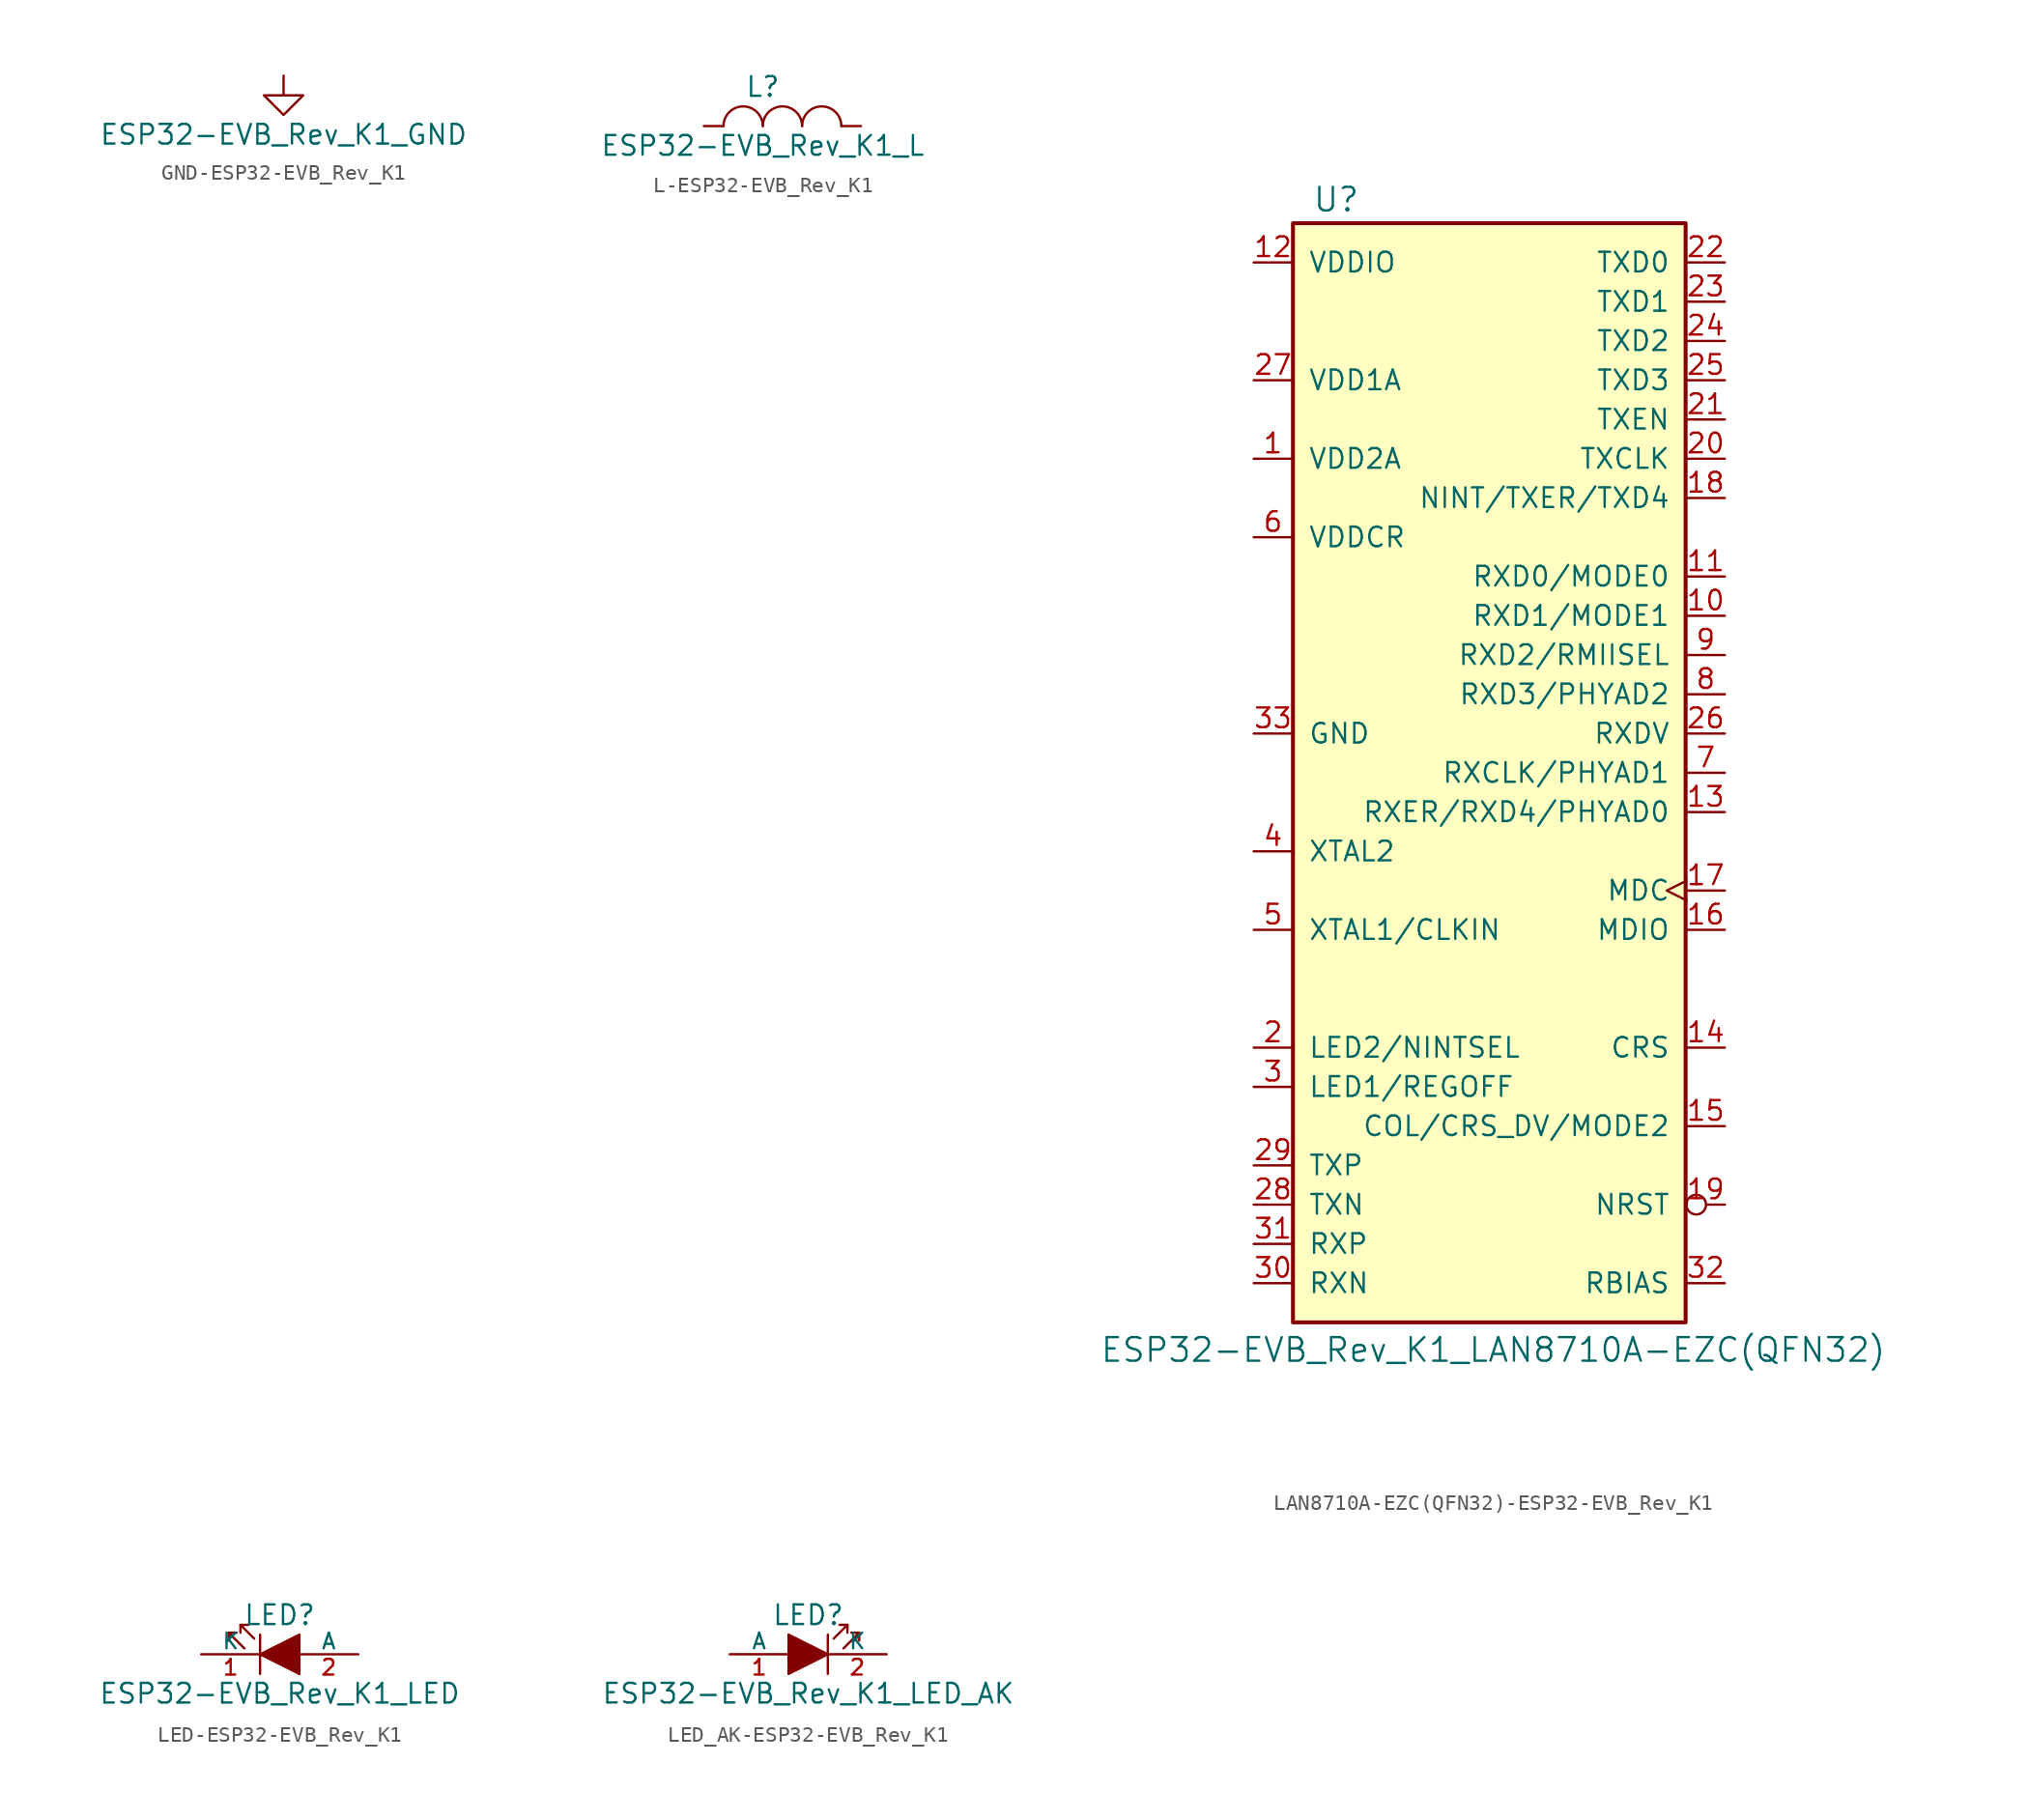
<source format=kicad_sym>
(kicad_symbol_lib
  (version 20231120)
  (generator "kicad_symbol_editor")
  (generator_version "8.0")
  (symbol "GND-ESP32-EVB_Rev_K1"
    (power)
    (pin_names
      (offset 0))
    (property "Reference" "#PWR"
      (at 0 -6.35 0)
      (effects (font (size 1.27 1.27)) (hide yes)))
    (property "Value" "ESP32-EVB_Rev_K1_GND"
      (at 0 -3.81 0)
      (effects (font (size 1.27 1.27))))
    (property "Footprint" ""
      (at 0 0 0)
      (effects (font (size 1.524 1.524))))
    (property "Datasheet" ""
      (at 0 0 0)
      (effects (font (size 1.524 1.524))))
    (symbol "GND-ESP32-EVB_Rev_K1_0_1"
      (polyline (pts (xy 0 0) (xy 0 -1.27) (xy 1.27 -1.27) (xy 0 -2.54) (xy -1.27 -1.27) (xy 0 -1.27)) (stroke (width 0) (type solid)) (fill (type none))))
    (symbol "GND-ESP32-EVB_Rev_K1_1_1"
      (pin power_in line (at 0 0 270) (length 0) hide (name "GND" (effects (font (size 1.27 1.27)))) (number "1" (effects (font (size 1.27 1.27)))))))
  (symbol "L-ESP32-EVB_Rev_K1"
    (pin_numbers hide)
    (pin_names
      (offset 0) hide)
    (property "Reference" "L"
      (at -1.27 2.54 0)
      (effects (font (size 1.27 1.27))))
    (property "Value" "ESP32-EVB_Rev_K1_L"
      (at -1.27 -1.27 0)
      (effects (font (size 1.27 1.27))))
    (property "Footprint" ""
      (at -1.27 0 0)
      (effects (font (size 1.524 1.524))))
    (property "Datasheet" ""
      (at -1.27 0 0)
      (effects (font (size 1.524 1.524))))
    (symbol "L-ESP32-EVB_Rev_K1_0_1"
      (arc (start -1.27 0) (mid -2.54 1.27) (end -3.81 0) (stroke (width 0) (type solid)) (fill (type none)))
      (arc (start 1.27 0) (mid 0 1.27) (end -1.27 0) (stroke (width 0) (type solid)) (fill (type none)))
      (arc (start 3.81 0) (mid 2.54 1.27) (end 1.27 0) (stroke (width 0) (type solid)) (fill (type none))))
    (symbol "L-ESP32-EVB_Rev_K1_1_1"
      (pin passive line (at -5.08 0 0) (length 1.27) (name "1" (effects (font (size 0.762 0.762)))) (number "1" (effects (font (size 0.762 0.762)))))
      (pin passive line (at 5.08 0 180) (length 1.27) (name "2" (effects (font (size 0.762 0.762)))) (number "2" (effects (font (size 0.762 0.762)))))))
  (symbol "LAN8710A-EZC(QFN32)-ESP32-EVB_Rev_K1"
    (pin_names
      (offset 1.016))
    (property "Reference" "U"
      (at -9.906 37.084 0)
      (effects (font (size 1.524 1.524))))
    (property "Value" "ESP32-EVB_Rev_K1_LAN8710A-EZC(QFN32)"
      (at 0.254 -37.338 0)
      (effects (font (size 1.524 1.524))))
    (symbol "LAN8710A-EZC(QFN32)-ESP32-EVB_Rev_K1_0_1"
      (rectangle (start -12.7 35.56) (end 12.7 -35.56) (stroke (width 0.254) (type solid)) (fill (type background))))
    (symbol "LAN8710A-EZC(QFN32)-ESP32-EVB_Rev_K1_1_1"
      (pin power_in line (at -15.24 20.32 0) (length 2.489) (name "VDD2A" (effects (font (size 1.27 1.27)))) (number "1" (effects (font (size 1.27 1.27)))))
      (pin bidirectional line (at 15.24 10.16 180) (length 2.489) (name "RXD1/MODE1" (effects (font (size 1.27 1.27)))) (number "10" (effects (font (size 1.27 1.27)))))
      (pin bidirectional line (at 15.24 12.7 180) (length 2.489) (name "RXD0/MODE0" (effects (font (size 1.27 1.27)))) (number "11" (effects (font (size 1.27 1.27)))))
      (pin power_in line (at -15.24 33.02 0) (length 2.489) (name "VDDIO" (effects (font (size 1.27 1.27)))) (number "12" (effects (font (size 1.27 1.27)))))
      (pin bidirectional line (at 15.24 -2.54 180) (length 2.489) (name "RXER/RXD4/PHYAD0" (effects (font (size 1.27 1.27)))) (number "13" (effects (font (size 1.27 1.27)))))
      (pin output line (at 15.24 -17.78 180) (length 2.489) (name "CRS" (effects (font (size 1.27 1.27)))) (number "14" (effects (font (size 1.27 1.27)))))
      (pin bidirectional line (at 15.24 -22.86 180) (length 2.489) (name "COL/CRS_DV/MODE2" (effects (font (size 1.27 1.27)))) (number "15" (effects (font (size 1.27 1.27)))))
      (pin bidirectional line (at 15.24 -10.16 180) (length 2.489) (name "MDIO" (effects (font (size 1.27 1.27)))) (number "16" (effects (font (size 1.27 1.27)))))
      (pin input clock (at 15.24 -7.62 180) (length 2.489) (name "MDC" (effects (font (size 1.27 1.27)))) (number "17" (effects (font (size 1.27 1.27)))))
      (pin bidirectional line (at 15.24 17.78 180) (length 2.489) (name "NINT/TXER/TXD4" (effects (font (size 1.27 1.27)))) (number "18" (effects (font (size 1.27 1.27)))))
      (pin input inverted (at 15.24 -27.94 180) (length 2.489) (name "NRST" (effects (font (size 1.27 1.27)))) (number "19" (effects (font (size 1.27 1.27)))))
      (pin bidirectional line (at -15.24 -17.78 0) (length 2.489) (name "LED2/NINTSEL" (effects (font (size 1.27 1.27)))) (number "2" (effects (font (size 1.27 1.27)))))
      (pin output line (at 15.24 20.32 180) (length 2.489) (name "TXCLK" (effects (font (size 1.27 1.27)))) (number "20" (effects (font (size 1.27 1.27)))))
      (pin input line (at 15.24 22.86 180) (length 2.489) (name "TXEN" (effects (font (size 1.27 1.27)))) (number "21" (effects (font (size 1.27 1.27)))))
      (pin input line (at 15.24 33.02 180) (length 2.489) (name "TXD0" (effects (font (size 1.27 1.27)))) (number "22" (effects (font (size 1.27 1.27)))))
      (pin input line (at 15.24 30.48 180) (length 2.489) (name "TXD1" (effects (font (size 1.27 1.27)))) (number "23" (effects (font (size 1.27 1.27)))))
      (pin input line (at 15.24 27.94 180) (length 2.489) (name "TXD2" (effects (font (size 1.27 1.27)))) (number "24" (effects (font (size 1.27 1.27)))))
      (pin input line (at 15.24 25.4 180) (length 2.489) (name "TXD3" (effects (font (size 1.27 1.27)))) (number "25" (effects (font (size 1.27 1.27)))))
      (pin output line (at 15.24 2.54 180) (length 2.489) (name "RXDV" (effects (font (size 1.27 1.27)))) (number "26" (effects (font (size 1.27 1.27)))))
      (pin power_in line (at -15.24 25.4 0) (length 2.489) (name "VDD1A" (effects (font (size 1.27 1.27)))) (number "27" (effects (font (size 1.27 1.27)))))
      (pin output line (at -15.24 -27.94 0) (length 2.489) (name "TXN" (effects (font (size 1.27 1.27)))) (number "28" (effects (font (size 1.27 1.27)))))
      (pin output line (at -15.24 -25.4 0) (length 2.489) (name "TXP" (effects (font (size 1.27 1.27)))) (number "29" (effects (font (size 1.27 1.27)))))
      (pin bidirectional line (at -15.24 -20.32 0) (length 2.489) (name "LED1/REGOFF" (effects (font (size 1.27 1.27)))) (number "3" (effects (font (size 1.27 1.27)))))
      (pin input line (at -15.24 -33.02 0) (length 2.489) (name "RXN" (effects (font (size 1.27 1.27)))) (number "30" (effects (font (size 1.27 1.27)))))
      (pin input line (at -15.24 -30.48 0) (length 2.489) (name "RXP" (effects (font (size 1.27 1.27)))) (number "31" (effects (font (size 1.27 1.27)))))
      (pin input line (at 15.24 -33.02 180) (length 2.489) (name "RBIAS" (effects (font (size 1.27 1.27)))) (number "32" (effects (font (size 1.27 1.27)))))
      (pin power_in line (at -15.24 2.54 0) (length 2.489) (name "GND" (effects (font (size 1.27 1.27)))) (number "33" (effects (font (size 1.27 1.27)))))
      (pin output line (at -15.24 -5.08 0) (length 2.489) (name "XTAL2" (effects (font (size 1.27 1.27)))) (number "4" (effects (font (size 1.27 1.27)))))
      (pin input line (at -15.24 -10.16 0) (length 2.489) (name "XTAL1/CLKIN" (effects (font (size 1.27 1.27)))) (number "5" (effects (font (size 1.27 1.27)))))
      (pin power_in line (at -15.24 15.24 0) (length 2.489) (name "VDDCR" (effects (font (size 1.27 1.27)))) (number "6" (effects (font (size 1.27 1.27)))))
      (pin bidirectional line (at 15.24 0 180) (length 2.489) (name "RXCLK/PHYAD1" (effects (font (size 1.27 1.27)))) (number "7" (effects (font (size 1.27 1.27)))))
      (pin bidirectional line (at 15.24 5.08 180) (length 2.489) (name "RXD3/PHYAD2" (effects (font (size 1.27 1.27)))) (number "8" (effects (font (size 1.27 1.27)))))
      (pin bidirectional line (at 15.24 7.62 180) (length 2.489) (name "RXD2/RMIISEL" (effects (font (size 1.27 1.27)))) (number "9" (effects (font (size 1.27 1.27)))))))
  (symbol "LED-ESP32-EVB_Rev_K1"
    (pin_names
      (offset 0))
    (property "Reference" "LED"
      (at 0 2.54 0)
      (effects (font (size 1.27 1.27))))
    (property "Value" "ESP32-EVB_Rev_K1_LED"
      (at 0 -2.54 0)
      (effects (font (size 1.27 1.27))))
    (property "Footprint" ""
      (at 0 0 0)
      (effects (font (size 1.524 1.524))))
    (property "Datasheet" ""
      (at 0 0 0)
      (effects (font (size 1.524 1.524))))
    (symbol "LED-ESP32-EVB_Rev_K1_0_1"
      (polyline (pts (xy -3.302 1.397) (xy -3.302 0.889)) (stroke (width 0) (type solid)) (fill (type none)))
      (polyline (pts (xy -2.54 1.905) (xy -2.032 1.905)) (stroke (width 0) (type solid)) (fill (type none)))
      (polyline (pts (xy -1.27 -1.27) (xy -1.27 1.27)) (stroke (width 0) (type solid)) (fill (type none)))
      (polyline (pts (xy -2.286 0.381) (xy -3.302 1.397) (xy -2.794 1.397)) (stroke (width 0) (type solid)) (fill (type none)))
      (polyline (pts (xy -1.651 1.016) (xy -2.54 1.905) (xy -2.54 1.397)) (stroke (width 0) (type solid)) (fill (type none)))
      (polyline (pts (xy 1.27 -1.27) (xy -1.27 0) (xy 1.27 1.27)) (stroke (width 0) (type solid)) (fill (type outline)))
      (rectangle (start 1.27 1.27) (end 1.27 -1.27) (stroke (width 0) (type solid)) (fill (type none))))
    (symbol "LED-ESP32-EVB_Rev_K1_1_1"
      (pin passive line (at -5.08 0 0) (length 3.81) (name "K" (effects (font (size 1.016 1.016)))) (number "1" (effects (font (size 1.016 1.016)))))
      (pin passive line (at 5.08 0 180) (length 3.81) (name "A" (effects (font (size 1.016 1.016)))) (number "2" (effects (font (size 1.016 1.016)))))))
  (symbol "LED_AK-ESP32-EVB_Rev_K1"
    (pin_names
      (offset 0))
    (property "Reference" "LED"
      (at 0 2.54 0)
      (effects (font (size 1.27 1.27))))
    (property "Value" "ESP32-EVB_Rev_K1_LED_AK"
      (at 0 -2.54 0)
      (effects (font (size 1.27 1.27))))
    (property "Footprint" ""
      (at 0 0 0)
      (effects (font (size 1.524 1.524))))
    (property "Datasheet" ""
      (at 0 0 0)
      (effects (font (size 1.524 1.524))))
    (symbol "LED_AK-ESP32-EVB_Rev_K1_0_1"
      (rectangle (start -1.27 1.27) (end -1.27 -1.27) (stroke (width 0) (type solid)) (fill (type none)))
      (polyline (pts (xy 1.27 -1.27) (xy 1.27 1.27)) (stroke (width 0) (type solid)) (fill (type none)))
      (polyline (pts (xy 2.54 1.905) (xy 2.032 1.905)) (stroke (width 0) (type solid)) (fill (type none)))
      (polyline (pts (xy 3.302 1.397) (xy 3.302 0.889)) (stroke (width 0) (type solid)) (fill (type none)))
      (polyline (pts (xy -1.27 -1.27) (xy 1.27 0) (xy -1.27 1.27)) (stroke (width 0) (type solid)) (fill (type outline)))
      (polyline (pts (xy 1.651 1.016) (xy 2.54 1.905) (xy 2.54 1.397)) (stroke (width 0) (type solid)) (fill (type none)))
      (polyline (pts (xy 2.286 0.381) (xy 3.302 1.397) (xy 2.794 1.397)) (stroke (width 0) (type solid)) (fill (type none))))
    (symbol "LED_AK-ESP32-EVB_Rev_K1_1_1"
      (pin passive line (at -5.08 0 0) (length 3.81) (name "A" (effects (font (size 1.016 1.016)))) (number "1" (effects (font (size 1.016 1.016)))))
      (pin passive line (at 5.08 0 180) (length 3.81) (name "K" (effects (font (size 1.016 1.016)))) (number "2" (effects (font (size 1.016 1.016))))))))
</source>
